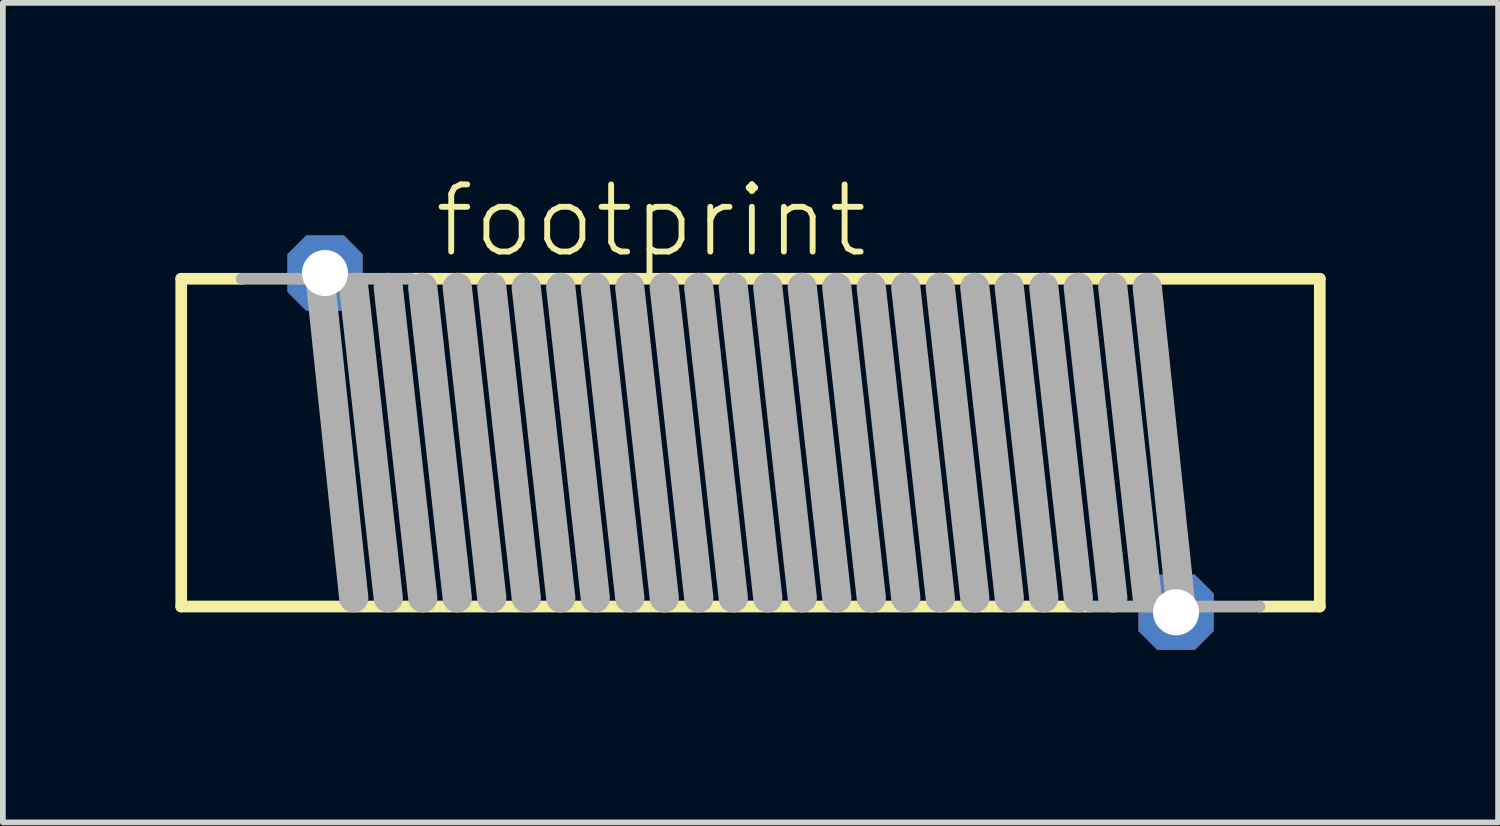
<source format=kicad_pcb>
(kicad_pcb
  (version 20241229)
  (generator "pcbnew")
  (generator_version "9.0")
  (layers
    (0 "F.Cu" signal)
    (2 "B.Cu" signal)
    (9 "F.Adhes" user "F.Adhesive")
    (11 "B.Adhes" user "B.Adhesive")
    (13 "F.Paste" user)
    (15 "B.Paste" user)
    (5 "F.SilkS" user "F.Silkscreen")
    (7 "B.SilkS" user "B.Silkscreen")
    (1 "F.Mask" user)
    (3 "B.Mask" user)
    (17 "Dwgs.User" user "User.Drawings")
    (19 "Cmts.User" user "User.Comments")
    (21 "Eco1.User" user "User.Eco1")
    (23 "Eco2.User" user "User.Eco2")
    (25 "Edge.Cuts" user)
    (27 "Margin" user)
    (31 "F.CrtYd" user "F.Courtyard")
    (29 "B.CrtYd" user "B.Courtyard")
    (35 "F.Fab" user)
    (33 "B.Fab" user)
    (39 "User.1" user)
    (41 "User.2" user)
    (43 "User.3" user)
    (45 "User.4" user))
  (footprint "footprint"
    (layer "F.Cu")
    (at 10.002 4.648)
    (property "Reference" "footprint" (at -5.55 -3.175 0) (layer "F.SilkS") (effects (font (size 1.168 1.168) (thickness 0.102)) (justify left bottom)))
    (fp_line (start -9.9 -2.85) (end -8.85 -2.85) (stroke (width 0.203) (type solid)) (layer "F.SilkS"))
    (fp_line (start -9.9 2.85) (end -9.9 -2.85) (stroke (width 0.203) (type solid)) (layer "F.SilkS"))
    (fp_line (start -5.9 -2.85) (end 9.9 -2.85) (stroke (width 0.203) (type solid)) (layer "F.SilkS"))
    (fp_line (start 5.9 2.85) (end -9.9 2.85) (stroke (width 0.203) (type solid)) (layer "F.SilkS"))
    (fp_line (start 9.9 -2.85) (end 9.9 2.85) (stroke (width 0.203) (type solid)) (layer "F.SilkS"))
    (fp_line (start 9.9 2.85) (end 8.85 2.85) (stroke (width 0.203) (type solid)) (layer "F.SilkS"))
    (fp_line (start -8.85 -2.85) (end -5.9 -2.85) (stroke (width 0.203) (type solid)) (layer "F.Fab"))
    (fp_line (start -6.9 2.7) (end -7.5 -3) (stroke (width 0.508) (type solid)) (layer "F.Fab"))
    (fp_line (start -6.3 2.7) (end -6.9 -2.7) (stroke (width 0.508) (type solid)) (layer "F.Fab"))
    (fp_line (start -5.7 2.7) (end -6.3 -2.7) (stroke (width 0.508) (type solid)) (layer "F.Fab"))
    (fp_line (start -5.1 2.7) (end -5.7 -2.7) (stroke (width 0.508) (type solid)) (layer "F.Fab"))
    (fp_line (start -4.5 2.7) (end -5.1 -2.7) (stroke (width 0.508) (type solid)) (layer "F.Fab"))
    (fp_line (start -3.9 2.7) (end -4.5 -2.7) (stroke (width 0.508) (type solid)) (layer "F.Fab"))
    (fp_line (start -3.3 2.7) (end -3.9 -2.7) (stroke (width 0.508) (type solid)) (layer "F.Fab"))
    (fp_line (start -2.7 2.7) (end -3.3 -2.7) (stroke (width 0.508) (type solid)) (layer "F.Fab"))
    (fp_line (start -2.1 2.7) (end -2.7 -2.7) (stroke (width 0.508) (type solid)) (layer "F.Fab"))
    (fp_line (start -1.5 2.7) (end -2.1 -2.7) (stroke (width 0.508) (type solid)) (layer "F.Fab"))
    (fp_line (start -0.9 2.7) (end -1.5 -2.7) (stroke (width 0.508) (type solid)) (layer "F.Fab"))
    (fp_line (start -0.3 2.7) (end -0.9 -2.7) (stroke (width 0.508) (type solid)) (layer "F.Fab"))
    (fp_line (start 0.3 2.7) (end -0.3 -2.7) (stroke (width 0.508) (type solid)) (layer "F.Fab"))
    (fp_line (start 0.9 2.7) (end 0.3 -2.7) (stroke (width 0.508) (type solid)) (layer "F.Fab"))
    (fp_line (start 1.5 2.7) (end 0.9 -2.7) (stroke (width 0.508) (type solid)) (layer "F.Fab"))
    (fp_line (start 2.1 2.7) (end 1.5 -2.7) (stroke (width 0.508) (type solid)) (layer "F.Fab"))
    (fp_line (start 2.7 2.7) (end 2.1 -2.7) (stroke (width 0.508) (type solid)) (layer "F.Fab"))
    (fp_line (start 3.3 2.7) (end 2.7 -2.7) (stroke (width 0.508) (type solid)) (layer "F.Fab"))
    (fp_line (start 3.9 2.7) (end 3.3 -2.7) (stroke (width 0.508) (type solid)) (layer "F.Fab"))
    (fp_line (start 4.5 2.7) (end 3.9 -2.7) (stroke (width 0.508) (type solid)) (layer "F.Fab"))
    (fp_line (start 5.1 2.7) (end 4.5 -2.7) (stroke (width 0.508) (type solid)) (layer "F.Fab"))
    (fp_line (start 5.7 2.7) (end 5.1 -2.7) (stroke (width 0.508) (type solid)) (layer "F.Fab"))
    (fp_line (start 6.3 2.7) (end 5.7 -2.7) (stroke (width 0.508) (type solid)) (layer "F.Fab"))
    (fp_line (start 6.9 2.7) (end 6.3 -2.7) (stroke (width 0.508) (type solid)) (layer "F.Fab"))
    (fp_line (start 7.5 3) (end 6.9 -2.7) (stroke (width 0.508) (type solid)) (layer "F.Fab"))
    (fp_line (start 8.85 2.85) (end 5.9 2.85) (stroke (width 0.203) (type solid)) (layer "F.Fab"))
    (pad "1" thru_hole roundrect (at 7.4 2.95) (size 1.308 1.308) (drill 0.8) (layers "*.Cu" "*.Mask") (roundrect_rratio 0.25) (chamfer_ratio 0.25) (chamfer top_left top_right bottom_left bottom_right))
    (pad "2" thru_hole roundrect (at -7.4 -2.95) (size 1.308 1.308) (drill 0.8) (layers "*.Cu" "*.Mask") (roundrect_rratio 0.25) (chamfer_ratio 0.25) (chamfer top_left top_right bottom_left bottom_right)))
  (gr_rect
    (start -3 -3)
    (end 23.003 11.252)
    (stroke (width 0.1) (type default))
    (fill no)
    (layer "Edge.Cuts")))
</source>
